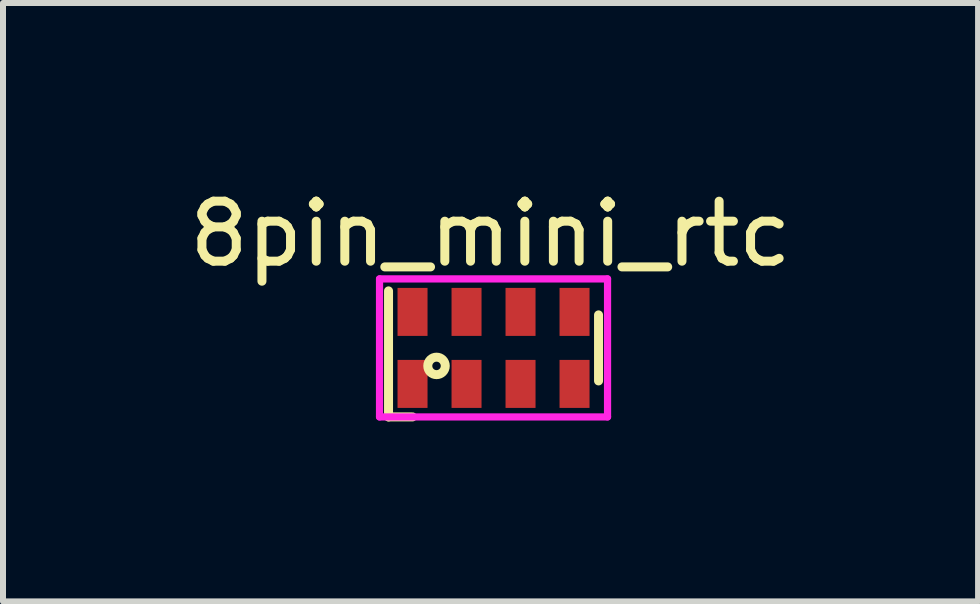
<source format=kicad_pcb>
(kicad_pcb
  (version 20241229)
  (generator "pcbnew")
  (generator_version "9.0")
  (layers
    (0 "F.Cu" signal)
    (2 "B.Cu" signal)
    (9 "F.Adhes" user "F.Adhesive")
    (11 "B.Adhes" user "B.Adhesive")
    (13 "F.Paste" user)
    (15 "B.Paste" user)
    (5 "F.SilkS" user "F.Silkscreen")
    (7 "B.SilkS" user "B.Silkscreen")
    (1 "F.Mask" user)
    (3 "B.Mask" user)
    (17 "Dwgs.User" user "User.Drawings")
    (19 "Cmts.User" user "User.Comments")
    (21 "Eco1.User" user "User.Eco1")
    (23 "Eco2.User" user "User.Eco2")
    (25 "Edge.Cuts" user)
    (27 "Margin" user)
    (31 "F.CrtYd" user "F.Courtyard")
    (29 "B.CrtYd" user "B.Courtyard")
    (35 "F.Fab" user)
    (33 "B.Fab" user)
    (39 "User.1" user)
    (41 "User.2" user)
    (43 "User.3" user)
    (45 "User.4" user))
  (footprint "8pin_mini_rtc"
    (layer "F.Cu")
    (at 5.175 2.748)
    (property "Reference" "8pin_mini_rtc" (at -0.05 -1.9 0) (layer "F.SilkS") (effects (font (size 1 1) (thickness 0.15))))
    (attr through_hole)
    (fp_line (start -1.75 -0.95) (end -1.75 1.15) (stroke (width 0.15) (type solid)) (layer "F.SilkS"))
    (fp_line (start -1.75 1.15) (end -1.35 1.15) (stroke (width 0.15) (type solid)) (layer "F.SilkS"))
    (fp_line (start 1.75 -0.55) (end 1.75 0.55) (stroke (width 0.15) (type solid)) (layer "F.SilkS"))
    (fp_circle (center -0.95 0.3) (end -0.9 0.35) (stroke (width 0.15) (type solid)) (fill no) (layer "F.SilkS"))
    (fp_line (start -1.9 -1.15) (end 1.9 -1.15) (stroke (width 0.12) (type solid)) (layer "F.CrtYd"))
    (fp_line (start -1.9 1.15) (end -1.9 -1.15) (stroke (width 0.12) (type solid)) (layer "F.CrtYd"))
    (fp_line (start 1.9 -1.15) (end 1.9 1.15) (stroke (width 0.12) (type solid)) (layer "F.CrtYd"))
    (fp_line (start 1.9 1.15) (end -1.9 1.15) (stroke (width 0.12) (type solid)) (layer "F.CrtYd"))
    (pad "1" smd rect (at -1.35 0.6) (size 0.5 0.8) (layers "F.Cu" "F.Mask" "F.Paste"))
    (pad "2" smd rect (at -0.45 0.6) (size 0.5 0.8) (layers "F.Cu" "F.Mask" "F.Paste"))
    (pad "3" smd rect (at 0.45 0.6) (size 0.5 0.8) (layers "F.Cu" "F.Mask" "F.Paste"))
    (pad "4" smd rect (at 1.35 0.6) (size 0.5 0.8) (layers "F.Cu" "F.Mask" "F.Paste"))
    (pad "5" smd rect (at 1.35 -0.6) (size 0.5 0.8) (layers "F.Cu" "F.Mask" "F.Paste"))
    (pad "6" smd rect (at 0.45 -0.6) (size 0.5 0.8) (layers "F.Cu" "F.Mask" "F.Paste"))
    (pad "7" smd rect (at -0.45 -0.6) (size 0.5 0.8) (layers "F.Cu" "F.Mask" "F.Paste"))
    (pad "8" smd rect (at -1.35 -0.6) (size 0.5 0.8) (layers "F.Cu" "F.Mask" "F.Paste")))
  (gr_rect
    (start -3 -3)
    (end 13.25 6.973)
    (stroke (width 0.1) (type default))
    (fill no)
    (layer "Edge.Cuts")))
</source>
